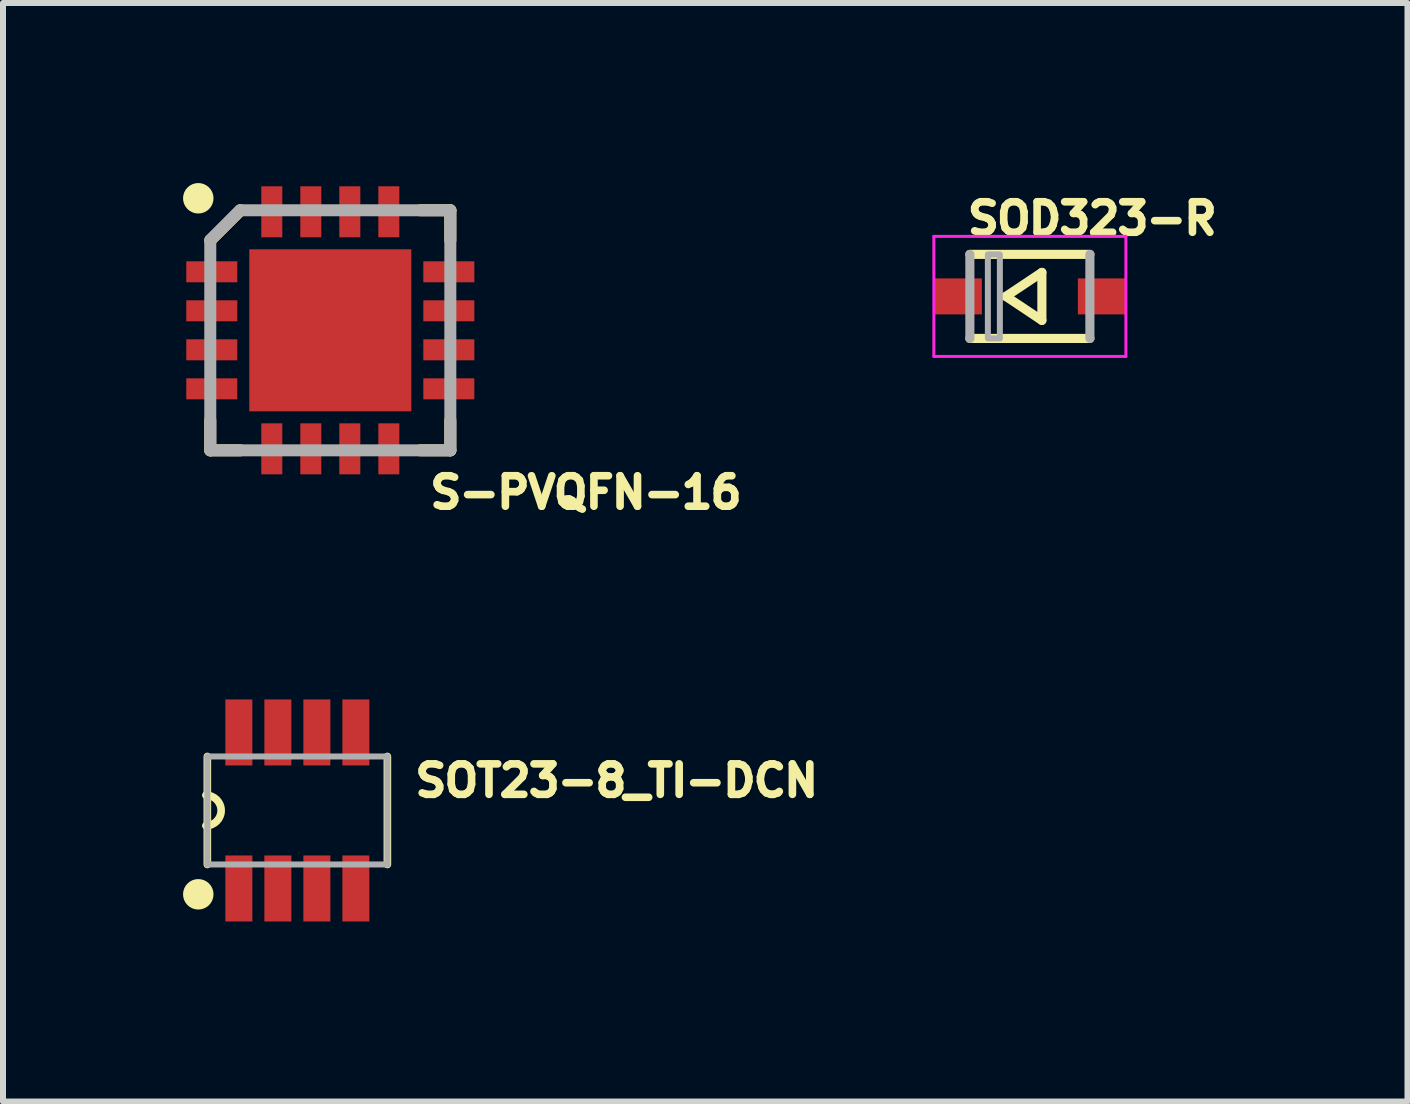
<source format=kicad_pcb>
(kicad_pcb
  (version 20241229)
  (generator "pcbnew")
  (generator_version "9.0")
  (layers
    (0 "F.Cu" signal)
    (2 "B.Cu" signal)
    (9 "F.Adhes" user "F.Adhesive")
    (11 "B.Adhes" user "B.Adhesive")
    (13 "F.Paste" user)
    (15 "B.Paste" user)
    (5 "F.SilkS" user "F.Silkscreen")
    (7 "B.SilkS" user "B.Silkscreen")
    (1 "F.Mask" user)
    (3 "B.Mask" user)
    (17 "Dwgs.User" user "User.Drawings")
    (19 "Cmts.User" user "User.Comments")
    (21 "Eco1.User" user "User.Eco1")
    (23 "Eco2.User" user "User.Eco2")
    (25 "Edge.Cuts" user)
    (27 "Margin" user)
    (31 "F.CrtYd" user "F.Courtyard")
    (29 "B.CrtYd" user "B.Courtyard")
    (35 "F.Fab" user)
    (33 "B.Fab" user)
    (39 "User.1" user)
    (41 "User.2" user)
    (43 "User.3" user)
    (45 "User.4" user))
  (footprint "S-PVQFN-16"
    (layer "F.Cu")
    (at 2.454 2.454)
    (property "Reference" "S-PVQFN-16" (at 1.6 3 0) (layer "F.SilkS") (effects (font (size 0.508 0.508) (thickness 0.127)) (justify left bottom)))
    (fp_line (start -2 1.5) (end -2 2) (stroke (width 0.2) (type solid)) (layer "F.SilkS"))
    (fp_line (start -2 2) (end -1.5 2) (stroke (width 0.2) (type solid)) (layer "F.SilkS"))
    (fp_line (start -1.5 -2) (end -2 -1.5) (stroke (width 0.2) (type solid)) (layer "F.SilkS"))
    (fp_line (start 1.5 2) (end 2 2) (stroke (width 0.2) (type solid)) (layer "F.SilkS"))
    (fp_line (start 2 -2) (end 1.5 -2) (stroke (width 0.2) (type solid)) (layer "F.SilkS"))
    (fp_line (start 2 -1.5) (end 2 -2) (stroke (width 0.2) (type solid)) (layer "F.SilkS"))
    (fp_line (start 2 2) (end 2 1.5) (stroke (width 0.2) (type solid)) (layer "F.SilkS"))
    (fp_circle (center -2.2 -2.2) (end -2.073 -2.2) (stroke (width 0.254) (type solid)) (fill no) (layer "F.SilkS"))
    (fp_poly (pts (xy -0.137 -0.137) (xy -1.264 -0.137) (xy -1.264 -0.726) (xy -0.726 -1.264) (xy -0.137 -1.264)) (stroke (width 0) (type solid)) (fill yes) (layer "F.Paste"))
    (fp_poly (pts (xy -0.137 1.264) (xy -0.726 1.264) (xy -1.264 0.726) (xy -1.264 0.137) (xy -0.137 0.137)) (stroke (width 0) (type solid)) (fill yes) (layer "F.Paste"))
    (fp_poly (pts (xy 1.264 -0.726) (xy 1.264 -0.137) (xy 0.137 -0.137) (xy 0.137 -1.264) (xy 0.726 -1.264)) (stroke (width 0) (type solid)) (fill yes) (layer "F.Paste"))
    (fp_poly (pts (xy 1.264 0.726) (xy 0.726 1.264) (xy 0.137 1.264) (xy 0.137 0.137) (xy 1.264 0.137)) (stroke (width 0) (type solid)) (fill yes) (layer "F.Paste"))
    (fp_line (start -2 2) (end -2 -1.5) (stroke (width 0.2) (type solid)) (layer "F.Fab"))
    (fp_line (start -1.5 -2) (end -2 -1.5) (stroke (width 0.2) (type solid)) (layer "F.Fab"))
    (fp_line (start -1.5 -2) (end 2 -2) (stroke (width 0.2) (type solid)) (layer "F.Fab"))
    (fp_line (start 2 -2) (end 2 2) (stroke (width 0.2) (type solid)) (layer "F.Fab"))
    (fp_line (start 2 2) (end -2 2) (stroke (width 0.2) (type solid)) (layer "F.Fab"))
    (pad "1" smd rect (at -1.975 -0.975 270) (size 0.35 0.85) (layers "F.Cu" "F.Mask" "F.Paste"))
    (pad "2" smd rect (at -1.975 -0.325 270) (size 0.35 0.85) (layers "F.Cu" "F.Mask" "F.Paste"))
    (pad "3" smd rect (at -1.975 0.325 270) (size 0.35 0.85) (layers "F.Cu" "F.Mask" "F.Paste"))
    (pad "4" smd rect (at -1.975 0.975 270) (size 0.35 0.85) (layers "F.Cu" "F.Mask" "F.Paste"))
    (pad "5" smd rect (at -0.975 1.975) (size 0.35 0.85) (layers "F.Cu" "F.Mask" "F.Paste"))
    (pad "6" smd rect (at -0.325 1.975) (size 0.35 0.85) (layers "F.Cu" "F.Mask" "F.Paste"))
    (pad "7" smd rect (at 0.325 1.975) (size 0.35 0.85) (layers "F.Cu" "F.Mask" "F.Paste"))
    (pad "8" smd rect (at 0.975 1.975) (size 0.35 0.85) (layers "F.Cu" "F.Mask" "F.Paste"))
    (pad "9" smd rect (at 1.975 0.975 90) (size 0.35 0.85) (layers "F.Cu" "F.Mask" "F.Paste"))
    (pad "10" smd rect (at 1.975 0.325 90) (size 0.35 0.85) (layers "F.Cu" "F.Mask" "F.Paste"))
    (pad "11" smd rect (at 1.975 -0.325 90) (size 0.35 0.85) (layers "F.Cu" "F.Mask" "F.Paste"))
    (pad "12" smd rect (at 1.975 -0.975 90) (size 0.35 0.85) (layers "F.Cu" "F.Mask" "F.Paste"))
    (pad "13" smd rect (at 0.975 -1.975 180) (size 0.35 0.85) (layers "F.Cu" "F.Mask" "F.Paste"))
    (pad "14" smd rect (at 0.325 -1.975 180) (size 0.35 0.85) (layers "F.Cu" "F.Mask" "F.Paste"))
    (pad "15" smd rect (at -0.325 -1.975 180) (size 0.35 0.85) (layers "F.Cu" "F.Mask" "F.Paste"))
    (pad "16" smd rect (at -0.975 -1.975 180) (size 0.35 0.85) (layers "F.Cu" "F.Mask" "F.Paste"))
    (pad "PAD" smd rect (at 0 0) (size 2.7 2.7) (layers "F.Cu" "F.Mask"))
    (zone (net_name "") (layer "F.Cu") (hatch edge 0.508) (connect_pads) (min_thickness 0.254) (filled_areas_thickness no) (keepout (tracks not_allowed) (vias not_allowed) (pads not_allowed) (copperpour not_allowed) (footprints allowed)) (placement (enabled no)) (fill) (polygon (pts (xy 0.454 0.954) (xy 0.954 0.954) (xy 0.954 0.454) (xy 0.454 0.454)))))
  (footprint "SOD323-R"
    (layer "F.Cu")
    (at 14.111 1.889)
    (property "Reference" "SOD323-R" (at -1.1 -1 0) (layer "F.SilkS") (effects (font (size 0.508 0.508) (thickness 0.127)) (justify left bottom)))
    (fp_line (start -1 -0.7) (end 1 -0.7) (stroke (width 0.152) (type solid)) (layer "F.SilkS"))
    (fp_line (start -0.4 0) (end 0.2 -0.4) (stroke (width 0.152) (type solid)) (layer "F.SilkS"))
    (fp_line (start 0.2 -0.4) (end 0.2 0.4) (stroke (width 0.152) (type solid)) (layer "F.SilkS"))
    (fp_line (start 0.2 0.4) (end -0.4 0) (stroke (width 0.152) (type solid)) (layer "F.SilkS"))
    (fp_line (start 1 0.7) (end -1 0.7) (stroke (width 0.152) (type solid)) (layer "F.SilkS"))
    (fp_line (start -1.6 -1) (end 1.6 -1) (stroke (width 0.05) (type solid)) (layer "F.CrtYd"))
    (fp_line (start -1.6 1) (end -1.6 -1) (stroke (width 0.05) (type solid)) (layer "F.CrtYd"))
    (fp_line (start 1.6 -1) (end 1.6 1) (stroke (width 0.05) (type solid)) (layer "F.CrtYd"))
    (fp_line (start 1.6 1) (end -1.6 1) (stroke (width 0.05) (type solid)) (layer "F.CrtYd"))
    (fp_line (start -1 0.7) (end -1 -0.7) (stroke (width 0.152) (type solid)) (layer "F.Fab"))
    (fp_line (start 1 -0.7) (end 1 0.7) (stroke (width 0.152) (type solid)) (layer "F.Fab"))
    (fp_poly (pts (xy -0.7 0.7) (xy -0.5 0.7) (xy -0.5 -0.7) (xy -0.7 -0.7)) (stroke (width 0.1) (type solid)) (fill no) (layer "F.Fab"))
    (pad "A" smd rect (at 1.2 0) (size 0.8 0.6) (layers "F.Cu" "F.Mask" "F.Paste"))
    (pad "C" smd rect (at -1.2 0) (size 0.8 0.6) (layers "F.Cu" "F.Mask" "F.Paste")))
  (footprint "SOT23-8_TI-DCN"
    (layer "F.Cu")
    (at 1.905 10.455)
    (property "Reference" "SOT23-8_TI-DCN" (at 1.9 -0.2 0) (layer "F.SilkS") (effects (font (size 0.508 0.508) (thickness 0.127)) (justify left bottom)))
    (fp_line (start -1.5 -0.9) (end -1.5 0.9) (stroke (width 0.127) (type solid)) (layer "F.SilkS"))
    (fp_line (start 1.5 -0.9) (end 1.5 0.9) (stroke (width 0.127) (type solid)) (layer "F.SilkS"))
    (fp_arc (start -1.524 -0.254) (mid -1.27 0) (end -1.524 0.254) (stroke (width 0.127) (type solid)) (layer "F.SilkS"))
    (fp_circle (center -1.651 1.397) (end -1.524 1.397) (stroke (width 0.254) (type solid)) (fill no) (layer "F.SilkS"))
    (fp_line (start -1.5 -0.9) (end -1.5 0.9) (stroke (width 0.1) (type solid)) (layer "F.Fab"))
    (fp_line (start -1.5 0.9) (end 1.5 0.9) (stroke (width 0.1) (type solid)) (layer "F.Fab"))
    (fp_line (start 1.5 -0.9) (end -1.5 -0.9) (stroke (width 0.1) (type solid)) (layer "F.Fab"))
    (fp_line (start 1.5 0.9) (end 1.5 -0.9) (stroke (width 0.1) (type solid)) (layer "F.Fab"))
    (pad "1" smd rect (at -0.975 1.3 90) (size 1.1 0.45) (layers "F.Cu" "F.Mask" "F.Paste"))
    (pad "2" smd rect (at -0.325 1.3 90) (size 1.1 0.45) (layers "F.Cu" "F.Mask" "F.Paste"))
    (pad "3" smd rect (at 0.325 1.3 90) (size 1.1 0.45) (layers "F.Cu" "F.Mask" "F.Paste"))
    (pad "4" smd rect (at 0.975 1.3 90) (size 1.1 0.45) (layers "F.Cu" "F.Mask" "F.Paste"))
    (pad "5" smd rect (at 0.975 -1.3 90) (size 1.1 0.45) (layers "F.Cu" "F.Mask" "F.Paste"))
    (pad "6" smd rect (at 0.325 -1.3 90) (size 1.1 0.45) (layers "F.Cu" "F.Mask" "F.Paste"))
    (pad "7" smd rect (at -0.325 -1.3 90) (size 1.1 0.45) (layers "F.Cu" "F.Mask" "F.Paste"))
    (pad "8" smd rect (at -0.975 -1.3 90) (size 1.1 0.45) (layers "F.Cu" "F.Mask" "F.Paste")))
  (gr_rect
    (start -3 -3)
    (end 20.403 15.305)
    (stroke (width 0.1) (type default))
    (fill no)
    (layer "Edge.Cuts")))
</source>
